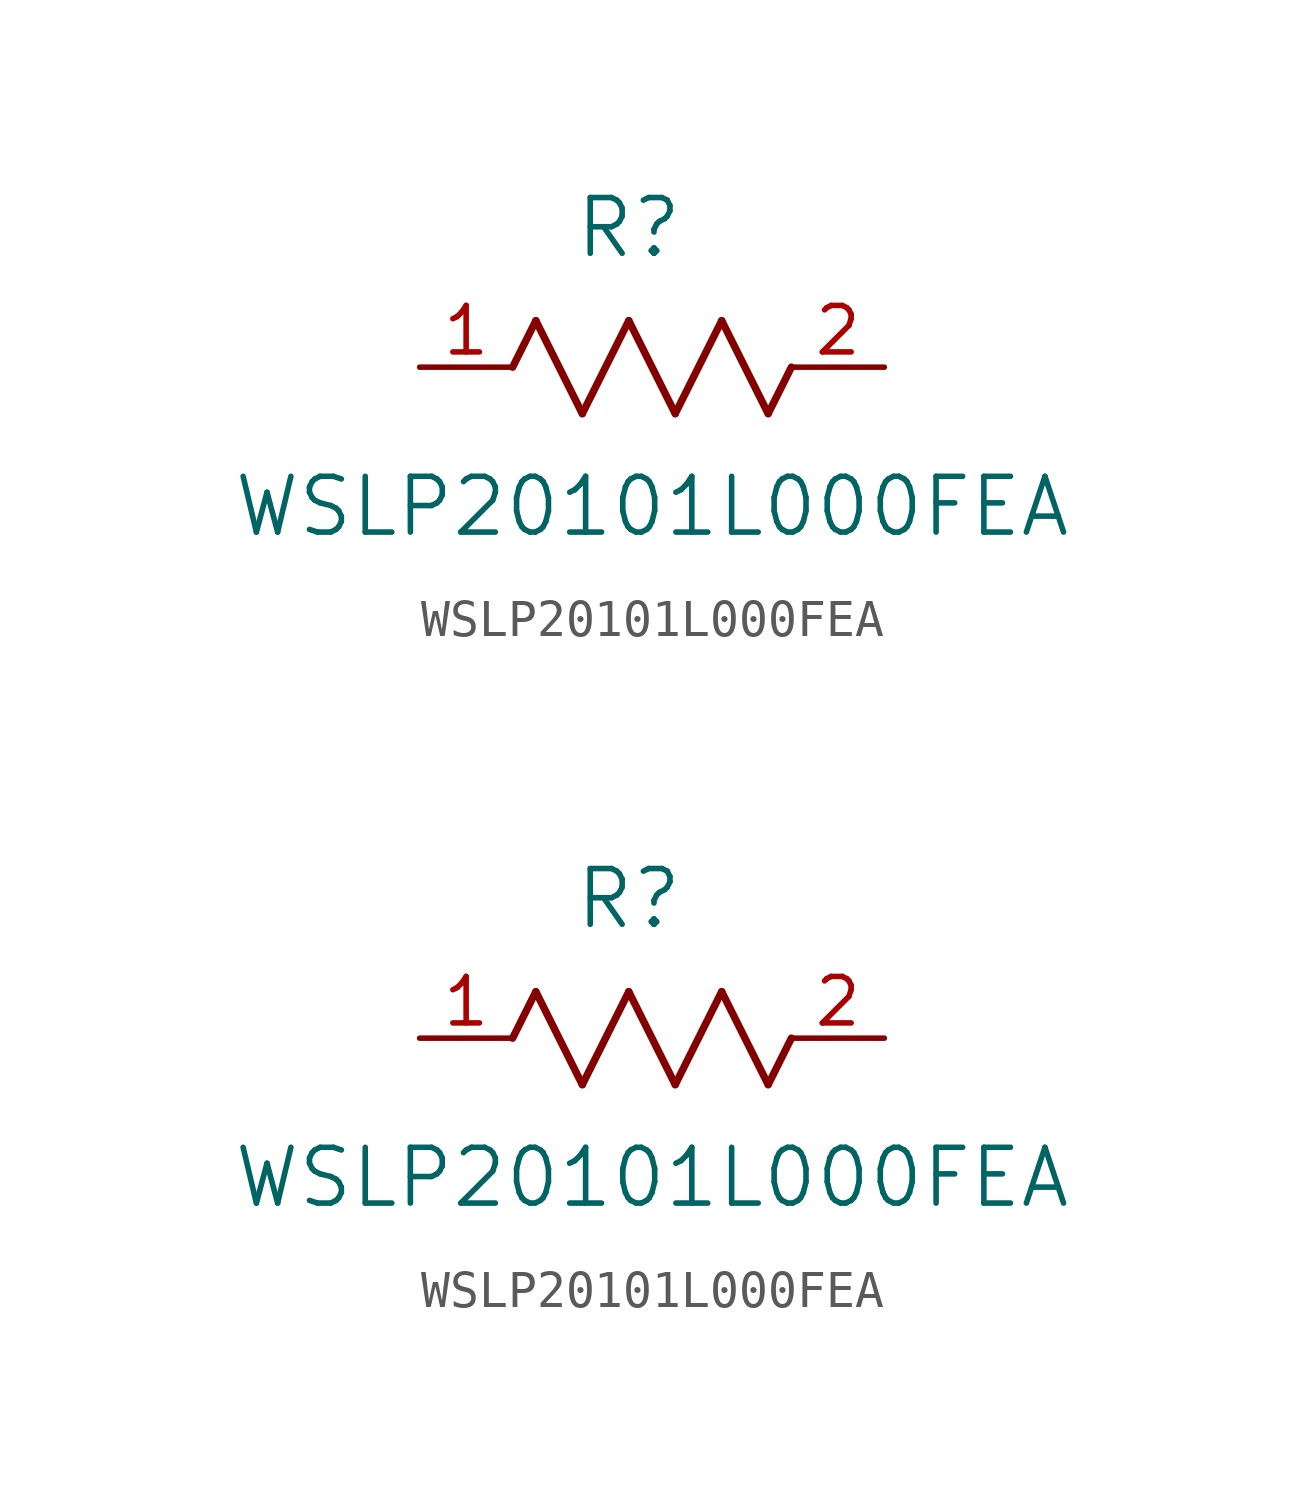
<source format=kicad_sym>
(kicad_symbol_lib
  (version 20211014)
  (generator kicad_symbol_editor)
  (symbol "WSLP20101L000FEA"
    (pin_names
      (offset 0.254))
    (property "Reference" "R"
      (at 5.715 3.81 0)
      (effects (font (size 1.524 1.524))))
    (property "Value" "WSLP20101L000FEA"
      (at 6.35 -3.81 0)
      (effects (font (size 1.524 1.524))))
    (symbol "WSLP20101L000FEA_1_1"
      (polyline (pts (xy 3.175 1.27) (xy 4.445 -1.27)) (stroke (width 0.203) (type default) (color 0 0 0 0)) (fill (type none)))
      (polyline (pts (xy 4.445 -1.27) (xy 5.715 1.27)) (stroke (width 0.203) (type default) (color 0 0 0 0)) (fill (type none)))
      (polyline (pts (xy 5.715 1.27) (xy 6.985 -1.27)) (stroke (width 0.203) (type default) (color 0 0 0 0)) (fill (type none)))
      (polyline (pts (xy 6.985 -1.27) (xy 8.255 1.27)) (stroke (width 0.203) (type default) (color 0 0 0 0)) (fill (type none)))
      (polyline (pts (xy 8.255 1.27) (xy 9.525 -1.27)) (stroke (width 0.203) (type default) (color 0 0 0 0)) (fill (type none)))
      (polyline (pts (xy 2.54 0) (xy 3.175 1.27)) (stroke (width 0.203) (type default) (color 0 0 0 0)) (fill (type none)))
      (polyline (pts (xy 9.525 -1.27) (xy 10.16 0)) (stroke (width 0.203) (type default) (color 0 0 0 0)) (fill (type none)))
      (pin unspecified line (at 0 0 0) (length 2.54) (name "" (effects (font (size 1.27 1.27)))) (number "1" (effects (font (size 1.27 1.27)))))
      (pin unspecified line (at 12.7 0 180) (length 2.54) (name "" (effects (font (size 1.27 1.27)))) (number "2" (effects (font (size 1.27 1.27))))))
    (symbol "WSLP20101L000FEA_1_2"
      (polyline (pts (xy 3.175 1.27) (xy 4.445 -1.27)) (stroke (width 0.203) (type default) (color 0 0 0 0)) (fill (type none)))
      (polyline (pts (xy 4.445 -1.27) (xy 5.715 1.27)) (stroke (width 0.203) (type default) (color 0 0 0 0)) (fill (type none)))
      (polyline (pts (xy 5.715 1.27) (xy 6.985 -1.27)) (stroke (width 0.203) (type default) (color 0 0 0 0)) (fill (type none)))
      (polyline (pts (xy 6.985 -1.27) (xy 8.255 1.27)) (stroke (width 0.203) (type default) (color 0 0 0 0)) (fill (type none)))
      (polyline (pts (xy 8.255 1.27) (xy 9.525 -1.27)) (stroke (width 0.203) (type default) (color 0 0 0 0)) (fill (type none)))
      (polyline (pts (xy 2.54 0) (xy 3.175 1.27)) (stroke (width 0.203) (type default) (color 0 0 0 0)) (fill (type none)))
      (polyline (pts (xy 9.525 -1.27) (xy 10.16 0)) (stroke (width 0.203) (type default) (color 0 0 0 0)) (fill (type none)))
      (pin unspecified line (at 0 0 0) (length 2.54) (name "" (effects (font (size 1.27 1.27)))) (number "1" (effects (font (size 1.27 1.27)))))
      (pin unspecified line (at 12.7 0 180) (length 2.54) (name "" (effects (font (size 1.27 1.27)))) (number "2" (effects (font (size 1.27 1.27))))))))
</source>
